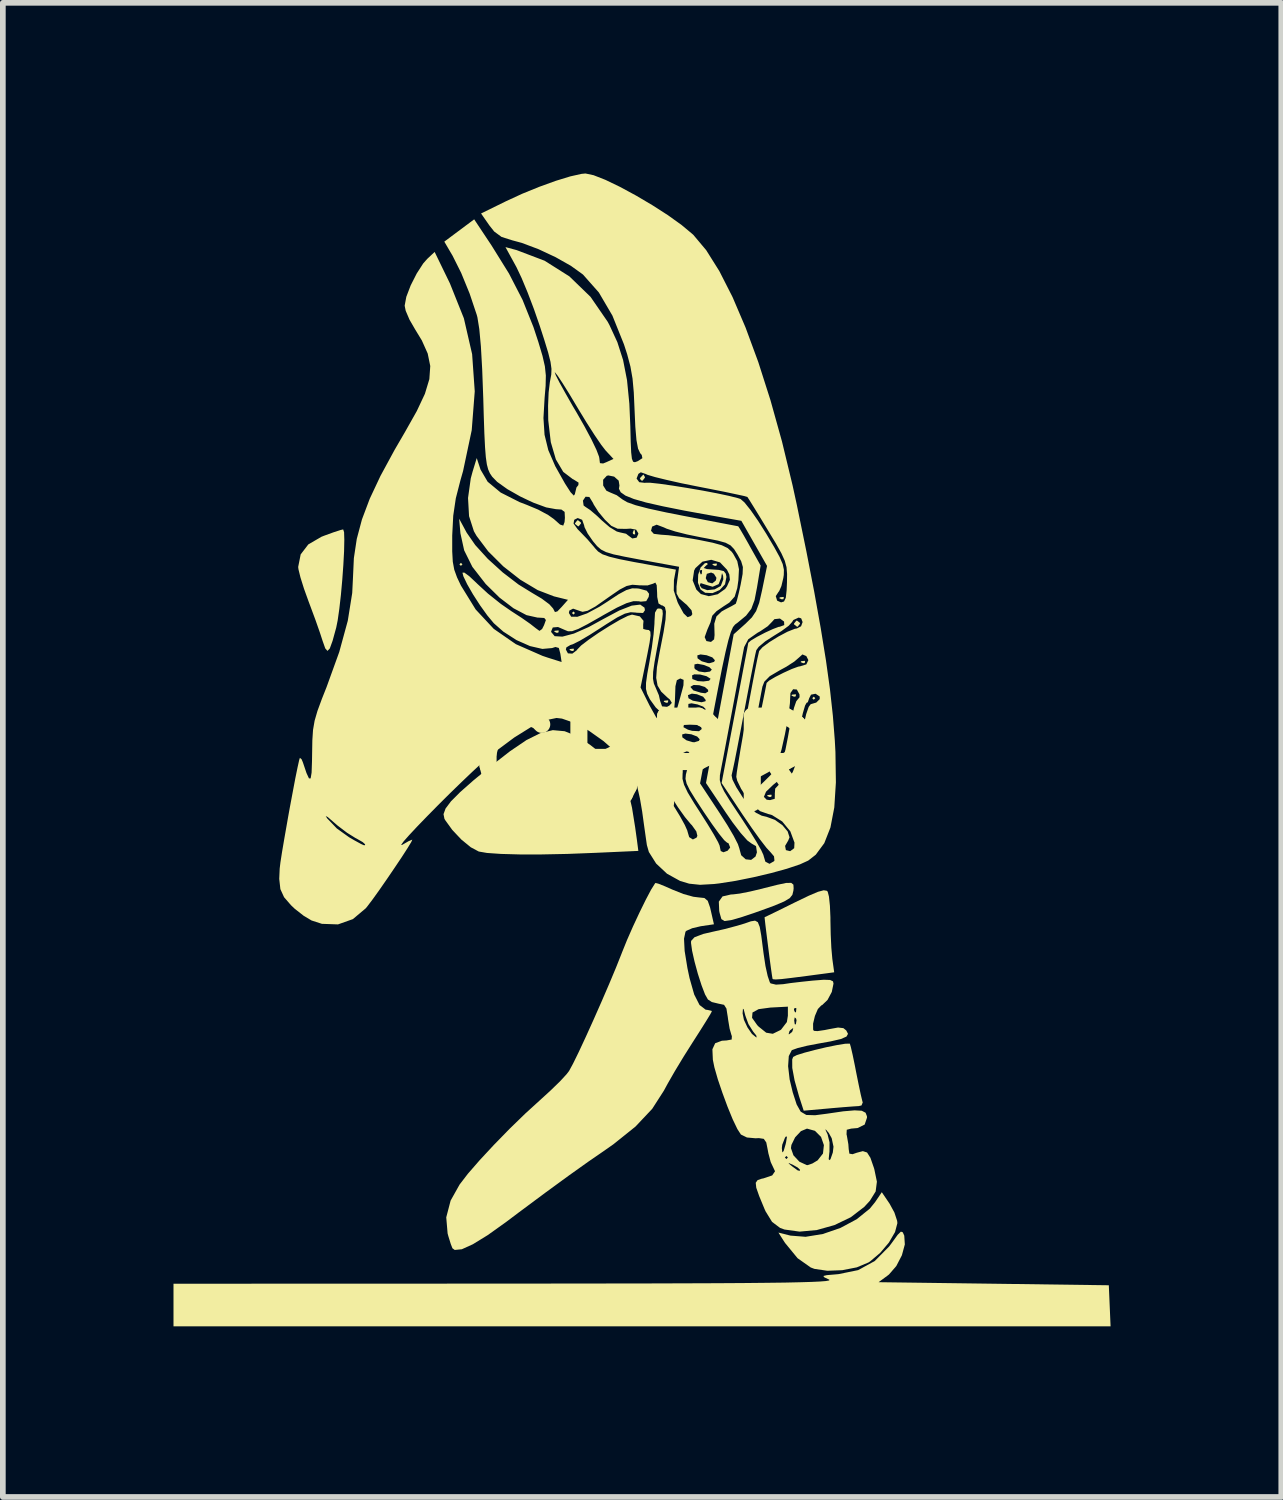
<source format=kicad_pcb>
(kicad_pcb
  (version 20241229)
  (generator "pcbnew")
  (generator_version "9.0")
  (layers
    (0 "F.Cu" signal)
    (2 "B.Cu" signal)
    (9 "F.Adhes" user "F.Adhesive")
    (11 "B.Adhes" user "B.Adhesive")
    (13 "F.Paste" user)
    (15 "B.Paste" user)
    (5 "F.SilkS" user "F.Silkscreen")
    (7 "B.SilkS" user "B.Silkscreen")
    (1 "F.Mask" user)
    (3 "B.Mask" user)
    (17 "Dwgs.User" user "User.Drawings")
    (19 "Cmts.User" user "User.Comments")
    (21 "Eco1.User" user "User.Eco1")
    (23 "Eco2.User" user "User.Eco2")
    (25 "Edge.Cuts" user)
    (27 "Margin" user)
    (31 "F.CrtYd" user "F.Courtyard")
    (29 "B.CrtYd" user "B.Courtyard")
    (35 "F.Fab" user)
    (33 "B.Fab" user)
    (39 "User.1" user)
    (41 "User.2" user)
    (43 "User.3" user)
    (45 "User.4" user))
  (footprint "CBPR"
    (layer "F.Cu")
    (at 8.288 10.374)
    (property "Reference" "CBPR" (at 0 0 0) (layer "F.SilkS") (effects (font (size 1.524 1.524) (thickness 0.3))))
    (attr board_only exclude_from_pos_files exclude_from_bom)
    (fp_poly (pts (xy -3.208 -3.503) (xy -3.235 -3.476) (xy -3.262 -3.503) (xy -3.235 -3.529)) (stroke (width 0) (type solid)) (fill yes) (layer "F.SilkS"))
    (fp_poly (pts (xy -1.23 -2.647) (xy -1.257 -2.62) (xy -1.283 -2.647) (xy -1.257 -2.674)) (stroke (width 0) (type solid)) (fill yes) (layer "F.SilkS"))
    (fp_poly (pts (xy 2.995 -1.15) (xy 2.968 -1.123) (xy 2.941 -1.15) (xy 2.968 -1.176)) (stroke (width 0) (type solid)) (fill yes) (layer "F.SilkS"))
    (fp_poly (pts (xy -1.515 -2.335) (xy -1.522 -2.303) (xy -1.551 -2.299) (xy -1.595 -2.319) (xy -1.586 -2.335) (xy -1.523 -2.341)) (stroke (width 0) (type solid)) (fill yes) (layer "F.SilkS"))
    (fp_poly (pts (xy -1.248 -2.014) (xy -1.255 -1.982) (xy -1.283 -1.979) (xy -1.327 -1.998) (xy -1.319 -2.014) (xy -1.256 -2.021)) (stroke (width 0) (type solid)) (fill yes) (layer "F.SilkS"))
    (fp_poly (pts (xy -0.178 -4.1) (xy -0.172 -4.036) (xy -0.178 -4.028) (xy -0.21 -4.036) (xy -0.214 -4.064) (xy -0.194 -4.108)) (stroke (width 0) (type solid)) (fill yes) (layer "F.SilkS"))
    (fp_poly (pts (xy 0.303 -0.838) (xy 0.309 -0.774) (xy 0.303 -0.766) (xy 0.271 -0.774) (xy 0.267 -0.802) (xy 0.287 -0.846)) (stroke (width 0) (type solid)) (fill yes) (layer "F.SilkS"))
    (fp_poly (pts (xy 0.41 -1.105) (xy 0.403 -1.073) (xy 0.374 -1.069) (xy 0.33 -1.089) (xy 0.339 -1.105) (xy 0.402 -1.112)) (stroke (width 0) (type solid)) (fill yes) (layer "F.SilkS"))
    (fp_poly (pts (xy 0.731 -0.143) (xy 0.737 -0.079) (xy 0.731 -0.071) (xy 0.699 -0.079) (xy 0.695 -0.107) (xy 0.715 -0.151)) (stroke (width 0) (type solid)) (fill yes) (layer "F.SilkS"))
    (fp_poly (pts (xy 1.266 -3.511) (xy 1.258 -3.48) (xy 1.23 -3.476) (xy 1.186 -3.495) (xy 1.194 -3.511) (xy 1.258 -3.518)) (stroke (width 0) (type solid)) (fill yes) (layer "F.SilkS"))
    (fp_poly (pts (xy 2.228 0.553) (xy 2.221 0.584) (xy 2.192 0.588) (xy 2.148 0.569) (xy 2.157 0.553) (xy 2.22 0.546)) (stroke (width 0) (type solid)) (fill yes) (layer "F.SilkS"))
    (fp_poly (pts (xy 2.442 -2.923) (xy 2.435 -2.891) (xy 2.406 -2.888) (xy 2.362 -2.907) (xy 2.371 -2.923) (xy 2.434 -2.93)) (stroke (width 0) (type solid)) (fill yes) (layer "F.SilkS"))
    (fp_poly (pts (xy 2.656 -1.212) (xy 2.649 -1.18) (xy 2.62 -1.176) (xy 2.576 -1.196) (xy 2.585 -1.212) (xy 2.648 -1.218)) (stroke (width 0) (type solid)) (fill yes) (layer "F.SilkS"))
    (fp_poly (pts (xy 2.816 -1.8) (xy 2.809 -1.768) (xy 2.781 -1.765) (xy 2.737 -1.784) (xy 2.745 -1.8) (xy 2.808 -1.807)) (stroke (width 0) (type solid)) (fill yes) (layer "F.SilkS"))
    (fp_poly (pts (xy -1.125 -4.237) (xy -1.123 -4.224) (xy -1.164 -4.173) (xy -1.176 -4.171) (xy -1.228 -4.212) (xy -1.23 -4.224) (xy -1.189 -4.276) (xy -1.176 -4.278)) (stroke (width 0) (type solid)) (fill yes) (layer "F.SilkS"))
    (fp_poly (pts (xy -0.001 -5.039) (xy 0 -5.027) (xy -0.041 -4.975) (xy -0.057 -4.973) (xy -0.089 -5.006) (xy -0.08 -5.027) (xy -0.032 -5.078) (xy -0.024 -5.08)) (stroke (width 0) (type solid)) (fill yes) (layer "F.SilkS"))
    (fp_poly (pts (xy 1.907 -0.128) (xy 1.898 -0.107) (xy 1.85 -0.056) (xy 1.842 -0.053) (xy 1.819 -0.095) (xy 1.818 -0.107) (xy 1.859 -0.158) (xy 1.875 -0.16)) (stroke (width 0) (type solid)) (fill yes) (layer "F.SilkS"))
    (fp_poly (pts (xy 1.977 0.362) (xy 1.979 0.374) (xy 1.938 0.426) (xy 1.925 0.428) (xy 1.873 0.387) (xy 1.872 0.374) (xy 1.912 0.322) (xy 1.925 0.321)) (stroke (width 0) (type solid)) (fill yes) (layer "F.SilkS"))
    (fp_poly (pts (xy 2.726 -2.473) (xy 2.727 -2.46) (xy 2.686 -2.408) (xy 2.674 -2.406) (xy 2.622 -2.447) (xy 2.62 -2.46) (xy 2.661 -2.512) (xy 2.674 -2.513)) (stroke (width 0) (type solid)) (fill yes) (layer "F.SilkS"))
    (fp_poly (pts (xy 4.301 7.737) (xy 4.386 7.893) (xy 4.434 8.039) (xy 4.438 8.079) (xy 4.397 8.235) (xy 4.29 8.419) (xy 4.137 8.6) (xy 3.963 8.748) (xy 3.932 8.769) (xy 3.725 8.856) (xy 3.469 8.906) (xy 3.206 8.916) (xy 2.98 8.883) (xy 2.914 8.858) (xy 2.683 8.695) (xy 2.464 8.428) (xy 2.437 8.387) (xy 2.347 8.245) (xy 2.558 8.298) (xy 2.824 8.319) (xy 3.127 8.27) (xy 3.437 8.163) (xy 3.723 8.01) (xy 3.953 7.824) (xy 4.045 7.711) (xy 4.164 7.535)) (stroke (width 0) (type solid)) (fill yes) (layer "F.SilkS"))
    (fp_poly (pts (xy 2.61 2.128) (xy 2.614 2.193) (xy 2.61 2.233) (xy 2.592 2.307) (xy 2.545 2.366) (xy 2.447 2.424) (xy 2.28 2.495) (xy 2.139 2.547) (xy 1.913 2.628) (xy 1.705 2.697) (xy 1.55 2.743) (xy 1.514 2.752) (xy 1.4 2.768) (xy 1.344 2.734) (xy 1.313 2.625) (xy 1.306 2.591) (xy 1.299 2.427) (xy 1.364 2.335) (xy 1.512 2.301) (xy 1.551 2.299) (xy 1.667 2.285) (xy 1.849 2.249) (xy 2.06 2.199) (xy 2.085 2.192) (xy 2.327 2.131) (xy 2.484 2.098) (xy 2.572 2.097)) (stroke (width 0) (type solid)) (fill yes) (layer "F.SilkS"))
    (fp_poly (pts (xy 3.603 4.926) (xy 3.62 4.984) (xy 3.652 5.122) (xy 3.692 5.316) (xy 3.712 5.42) (xy 3.756 5.638) (xy 3.794 5.818) (xy 3.822 5.934) (xy 3.829 5.957) (xy 3.807 6.01) (xy 3.758 6.021) (xy 3.662 6.027) (xy 3.492 6.04) (xy 3.281 6.058) (xy 3.227 6.063) (xy 2.791 6.102) (xy 2.708 5.845) (xy 2.631 5.571) (xy 2.59 5.351) (xy 2.589 5.201) (xy 2.606 5.157) (xy 2.669 5.125) (xy 2.806 5.082) (xy 2.988 5.034) (xy 3.186 4.987) (xy 3.373 4.949) (xy 3.52 4.925) (xy 3.598 4.923)) (stroke (width 0) (type solid)) (fill yes) (layer "F.SilkS"))
    (fp_poly (pts (xy -5.289 -4.068) (xy -5.285 -3.933) (xy -5.289 -3.734) (xy -5.302 -3.492) (xy -5.321 -3.228) (xy -5.345 -2.964) (xy -5.373 -2.719) (xy -5.402 -2.516) (xy -5.427 -2.392) (xy -5.491 -2.159) (xy -5.54 -2.024) (xy -5.581 -1.981) (xy -5.62 -2.025) (xy -5.663 -2.147) (xy -5.664 -2.149) (xy -5.715 -2.305) (xy -5.791 -2.522) (xy -5.88 -2.762) (xy -5.914 -2.853) (xy -5.994 -3.075) (xy -6.056 -3.273) (xy -6.091 -3.416) (xy -6.096 -3.457) (xy -6.052 -3.678) (xy -5.918 -3.853) (xy -5.688 -3.987) (xy -5.64 -4.006) (xy -5.475 -4.066) (xy -5.352 -4.106) (xy -5.305 -4.117)) (stroke (width 0) (type solid)) (fill yes) (layer "F.SilkS"))
    (fp_poly (pts (xy 3.198 2.236) (xy 3.213 2.252) (xy 3.235 2.338) (xy 3.252 2.5) (xy 3.261 2.706) (xy 3.261 2.76) (xy 3.266 3.003) (xy 3.277 3.238) (xy 3.293 3.418) (xy 3.294 3.431) (xy 3.327 3.669) (xy 2.847 3.733) (xy 2.581 3.767) (xy 2.404 3.788) (xy 2.3 3.795) (xy 2.252 3.791) (xy 2.243 3.783) (xy 2.232 3.715) (xy 2.212 3.574) (xy 2.187 3.387) (xy 2.161 3.181) (xy 2.136 2.983) (xy 2.116 2.82) (xy 2.105 2.72) (xy 2.104 2.7) (xy 2.152 2.678) (xy 2.276 2.618) (xy 2.457 2.529) (xy 2.639 2.439) (xy 2.88 2.323) (xy 3.042 2.254) (xy 3.143 2.227)) (stroke (width 0) (type solid)) (fill yes) (layer "F.SilkS"))
    (fp_poly (pts (xy -1.411 -0.569) (xy -1.198 -0.483) (xy -0.964 -0.33) (xy -0.733 -0.146) (xy -0.576 -0.004) (xy -0.455 0.141) (xy -0.361 0.307) (xy -0.288 0.513) (xy -0.227 0.777) (xy -0.172 1.12) (xy -0.141 1.342) (xy -0.116 1.535) (xy -0.874 1.569) (xy -1.364 1.588) (xy -1.812 1.597) (xy -2.206 1.597) (xy -2.531 1.588) (xy -2.776 1.571) (xy -2.921 1.546) (xy -3.062 1.471) (xy -3.228 1.335) (xy -3.388 1.165) (xy -3.512 0.993) (xy -3.525 0.97) (xy -3.541 0.889) (xy -3.505 0.79) (xy -3.409 0.662) (xy -3.246 0.499) (xy -3.01 0.291) (xy -2.718 0.052) (xy -2.371 -0.218) (xy -2.082 -0.414) (xy -1.837 -0.536) (xy -1.619 -0.588)) (stroke (width 0) (type solid)) (fill yes) (layer "F.SilkS"))
    (fp_poly (pts (xy 4.533 8.24) (xy 4.559 8.299) (xy 4.569 8.453) (xy 4.517 8.644) (xy 4.419 8.833) (xy 4.29 8.982) (xy 4.268 8.999) (xy 4.108 9.117) (xy 8.155 9.171) (xy 8.186 9.893) (xy -8.288 9.893) (xy -8.288 9.144) (xy -2.446 9.142) (xy -1.513 9.141) (xy -0.681 9.14) (xy 0.054 9.139) (xy 0.697 9.137) (xy 1.255 9.135) (xy 1.731 9.132) (xy 2.132 9.128) (xy 2.461 9.124) (xy 2.726 9.118) (xy 2.93 9.112) (xy 3.079 9.105) (xy 3.178 9.097) (xy 3.232 9.088) (xy 3.246 9.078) (xy 3.235 9.07) (xy 3.153 9.031) (xy 3.136 9.008) (xy 3.197 8.993) (xy 3.35 8.98) (xy 3.404 8.975) (xy 3.747 8.905) (xy 4.04 8.745) (xy 4.294 8.488) (xy 4.346 8.418) (xy 4.443 8.284) (xy 4.5 8.228)) (stroke (width 0) (type solid)) (fill yes) (layer "F.SilkS"))
    (fp_poly (pts (xy 1.107 -3.508) (xy 1.069 -3.476) (xy 1.033 -3.438) (xy 1.088 -3.42) (xy 1.136 -3.416) (xy 1.3 -3.405) (xy 1.386 -3.384) (xy 1.421 -3.339) (xy 1.433 -3.282) (xy 1.408 -3.152) (xy 1.315 -3.052) (xy 1.188 -2.997) (xy 1.059 -3.003) (xy 0.977 -3.061) (xy 0.95 -3.134) (xy 0.963 -3.134) (xy 0.998 -3.084) (xy 1.096 -3.049) (xy 1.226 -3.063) (xy 1.329 -3.12) (xy 1.335 -3.126) (xy 1.378 -3.24) (xy 1.374 -3.299) (xy 1.355 -3.35) (xy 1.345 -3.3) (xy 1.343 -3.274) (xy 1.296 -3.155) (xy 1.19 -3.109) (xy 1.062 -3.147) (xy 0.98 -3.173) (xy 0.963 -3.134) (xy 0.95 -3.134) (xy 0.932 -3.18) (xy 0.934 -3.26) (xy 1.069 -3.26) (xy 1.106 -3.189) (xy 1.184 -3.168) (xy 1.247 -3.22) (xy 1.257 -3.266) (xy 1.212 -3.338) (xy 1.163 -3.359) (xy 1.088 -3.336) (xy 1.069 -3.26) (xy 0.934 -3.26) (xy 0.936 -3.321) (xy 0.952 -3.369) (xy 0.963 -3.369) (xy 0.982 -3.325) (xy 0.998 -3.333) (xy 1.005 -3.397) (xy 0.998 -3.404) (xy 0.966 -3.397) (xy 0.963 -3.369) (xy 0.952 -3.369) (xy 0.979 -3.448) (xy 1.053 -3.522) (xy 1.086 -3.528)) (stroke (width 0) (type solid)) (fill yes) (layer "F.SilkS"))
    (fp_poly (pts (xy 0.236 2.111) (xy 0.356 2.159) (xy 0.487 2.217) (xy 0.675 2.292) (xy 0.851 2.341) (xy 0.94 2.352) (xy 1.045 2.363) (xy 1.104 2.412) (xy 1.145 2.529) (xy 1.159 2.589) (xy 1.213 2.825) (xy 0.982 2.859) (xy 0.832 2.894) (xy 0.73 2.939) (xy 0.713 2.955) (xy 0.687 3.078) (xy 0.698 3.293) (xy 0.747 3.595) (xy 0.784 3.77) (xy 0.866 4.059) (xy 0.96 4.244) (xy 1.067 4.326) (xy 1.104 4.331) (xy 1.17 4.346) (xy 1.176 4.356) (xy 1.149 4.407) (xy 1.074 4.53) (xy 0.964 4.705) (xy 0.836 4.905) (xy 0.68 5.152) (xy 0.527 5.405) (xy 0.399 5.628) (xy 0.333 5.75) (xy 0.128 6.069) (xy -0.165 6.38) (xy -0.555 6.693) (xy -0.695 6.791) (xy -0.998 7) (xy -1.346 7.248) (xy -1.75 7.543) (xy -2.222 7.894) (xy -2.437 8.056) (xy -2.763 8.289) (xy -3.025 8.45) (xy -3.219 8.538) (xy -3.344 8.55) (xy -3.384 8.521) (xy -3.414 8.444) (xy -3.456 8.308) (xy -3.469 8.26) (xy -3.493 7.977) (xy -3.416 7.682) (xy -3.258 7.4) (xy -3.113 7.211) (xy -2.905 6.972) (xy -2.655 6.703) (xy -2.381 6.422) (xy -2.101 6.15) (xy -1.845 5.917) (xy -1.658 5.746) (xy -1.494 5.587) (xy -1.377 5.46) (xy -1.334 5.404) (xy -1.264 5.275) (xy -1.163 5.069) (xy -1.04 4.805) (xy -0.904 4.504) (xy -0.764 4.187) (xy -0.629 3.874) (xy -0.509 3.587) (xy -0.413 3.346) (xy -0.401 3.315) (xy -0.315 3.102) (xy -0.209 2.861) (xy -0.095 2.617) (xy 0.014 2.395) (xy 0.108 2.217) (xy 0.175 2.11) (xy 0.185 2.098)) (stroke (width 0) (type solid)) (fill yes) (layer "F.SilkS"))
    (fp_poly (pts (xy 1.985 2.788) (xy 2.018 2.871) (xy 2.045 3.024) (xy 2.076 3.264) (xy 2.086 3.341) (xy 2.119 3.559) (xy 2.158 3.735) (xy 2.195 3.844) (xy 2.209 3.864) (xy 2.304 3.886) (xy 2.429 3.878) (xy 2.563 3.858) (xy 2.76 3.835) (xy 2.95 3.815) (xy 3.145 3.8) (xy 3.256 3.804) (xy 3.306 3.828) (xy 3.315 3.867) (xy 3.285 4.014) (xy 3.21 4.155) (xy 3.117 4.244) (xy 3.1 4.252) (xy 3.04 4.315) (xy 2.988 4.437) (xy 2.956 4.572) (xy 2.957 4.677) (xy 2.97 4.698) (xy 3.032 4.703) (xy 3.161 4.684) (xy 3.235 4.669) (xy 3.395 4.64) (xy 3.489 4.651) (xy 3.539 4.691) (xy 3.57 4.751) (xy 3.543 4.799) (xy 3.445 4.842) (xy 3.263 4.884) (xy 3.055 4.921) (xy 2.851 4.96) (xy 2.685 5.001) (xy 2.587 5.036) (xy 2.58 5.041) (xy 2.529 5.142) (xy 2.517 5.32) (xy 2.544 5.553) (xy 2.598 5.779) (xy 2.667 5.992) (xy 2.738 6.119) (xy 2.837 6.177) (xy 2.991 6.182) (xy 3.199 6.155) (xy 3.487 6.113) (xy 3.686 6.096) (xy 3.812 6.103) (xy 3.879 6.138) (xy 3.903 6.2) (xy 3.904 6.224) (xy 3.863 6.346) (xy 3.739 6.407) (xy 3.626 6.417) (xy 3.548 6.437) (xy 3.544 6.518) (xy 3.549 6.537) (xy 3.576 6.691) (xy 3.582 6.776) (xy 3.594 6.857) (xy 3.65 6.867) (xy 3.725 6.841) (xy 3.831 6.813) (xy 3.905 6.837) (xy 3.964 6.93) (xy 4.026 7.109) (xy 4.033 7.133) (xy 4.078 7.35) (xy 4.056 7.522) (xy 3.955 7.685) (xy 3.856 7.793) (xy 3.619 7.975) (xy 3.332 8.113) (xy 3.022 8.2) (xy 2.719 8.228) (xy 2.453 8.191) (xy 2.376 8.163) (xy 2.235 8.057) (xy 2.12 7.87) (xy 2.101 7.827) (xy 2.008 7.602) (xy 1.957 7.456) (xy 1.948 7.369) (xy 1.98 7.323) (xy 2.052 7.298) (xy 2.083 7.292) (xy 2.237 7.24) (xy 2.287 7.167) (xy 2.253 7.094) (xy 2.218 7.02) (xy 2.525 7.02) (xy 2.534 7.036) (xy 2.59 7.082) (xy 2.686 7.152) (xy 2.723 7.159) (xy 2.727 7.141) (xy 2.685 7.101) (xy 2.607 7.057) (xy 2.525 7.02) (xy 2.218 7.02) (xy 2.21 7.001) (xy 2.19 6.925) (xy 2.46 6.925) (xy 2.487 6.952) (xy 2.513 6.925) (xy 2.487 6.898) (xy 2.46 6.925) (xy 2.19 6.925) (xy 2.17 6.851) (xy 2.161 6.801) (xy 2.153 6.76) (xy 2.407 6.76) (xy 2.415 6.836) (xy 2.438 6.812) (xy 2.453 6.761) (xy 2.567 6.761) (xy 2.611 6.887) (xy 2.716 6.999) (xy 2.841 7.057) (xy 2.861 7.059) (xy 2.944 7.03) (xy 3.036 6.975) (xy 3.13 6.855) (xy 3.146 6.707) (xy 3.096 6.563) (xy 2.989 6.456) (xy 2.885 6.427) (xy 3.176 6.427) (xy 3.177 6.445) (xy 3.211 6.518) (xy 3.245 6.658) (xy 3.244 6.827) (xy 3.242 6.839) (xy 3.23 6.955) (xy 3.247 6.972) (xy 3.263 6.952) (xy 3.303 6.837) (xy 3.315 6.735) (xy 3.283 6.585) (xy 3.232 6.494) (xy 3.176 6.427) (xy 2.885 6.427) (xy 2.849 6.417) (xy 2.742 6.462) (xy 2.64 6.571) (xy 2.575 6.704) (xy 2.567 6.761) (xy 2.453 6.761) (xy 2.473 6.692) (xy 2.481 6.657) (xy 2.497 6.559) (xy 2.478 6.556) (xy 2.462 6.577) (xy 2.414 6.7) (xy 2.407 6.76) (xy 2.153 6.76) (xy 2.133 6.66) (xy 2.089 6.597) (xy 2.003 6.584) (xy 1.944 6.587) (xy 1.793 6.573) (xy 1.687 6.521) (xy 1.625 6.425) (xy 1.543 6.254) (xy 1.452 6.032) (xy 1.362 5.788) (xy 1.281 5.549) (xy 1.221 5.34) (xy 1.194 5.207) (xy 1.186 5.022) (xy 1.235 4.916) (xy 1.353 4.872) (xy 1.436 4.867) (xy 1.525 4.851) (xy 1.528 4.79) (xy 1.521 4.773) (xy 1.489 4.661) (xy 1.462 4.499) (xy 1.456 4.452) (xy 1.446 4.391) (xy 1.717 4.391) (xy 1.74 4.504) (xy 1.802 4.637) (xy 1.881 4.752) (xy 1.953 4.811) (xy 1.964 4.813) (xy 1.957 4.779) (xy 1.938 4.756) (xy 2.526 4.756) (xy 2.534 4.759) (xy 2.582 4.722) (xy 2.593 4.706) (xy 2.607 4.656) (xy 2.6 4.652) (xy 2.551 4.69) (xy 2.54 4.706) (xy 2.526 4.756) (xy 1.938 4.756) (xy 1.9 4.708) (xy 1.82 4.58) (xy 1.779 4.469) (xy 1.883 4.469) (xy 1.974 4.598) (xy 1.999 4.624) (xy 2.132 4.731) (xy 2.248 4.75) (xy 2.383 4.684) (xy 2.394 4.676) (xy 2.495 4.544) (xy 2.5 4.514) (xy 2.624 4.514) (xy 2.634 4.583) (xy 2.653 4.584) (xy 2.665 4.513) (xy 2.657 4.482) (xy 2.633 4.462) (xy 2.624 4.514) (xy 2.5 4.514) (xy 2.513 4.433) (xy 2.513 4.331) (xy 2.62 4.331) (xy 2.64 4.375) (xy 2.656 4.367) (xy 2.662 4.304) (xy 2.656 4.296) (xy 2.624 4.303) (xy 2.62 4.331) (xy 2.513 4.331) (xy 2.513 4.273) (xy 2.206 4.289) (xy 1.998 4.317) (xy 1.891 4.376) (xy 1.883 4.469) (xy 1.779 4.469) (xy 1.764 4.427) (xy 1.736 4.319) (xy 1.723 4.31) (xy 1.717 4.391) (xy 1.446 4.391) (xy 1.433 4.307) (xy 1.391 4.241) (xy 1.312 4.224) (xy 1.309 4.224) (xy 1.176 4.192) (xy 1.107 4.147) (xy 1.057 4.059) (xy 0.995 3.897) (xy 0.93 3.694) (xy 0.872 3.481) (xy 0.829 3.29) (xy 0.81 3.152) (xy 0.812 3.117) (xy 0.871 3.053) (xy 1.024 2.995) (xy 1.175 2.96) (xy 1.401 2.909) (xy 1.623 2.85) (xy 1.753 2.811) (xy 1.862 2.773) (xy 1.936 2.761)) (stroke (width 0) (type solid)) (fill yes) (layer "F.SilkS"))
    (fp_poly (pts (xy -0.903 -10.344) (xy -0.694 -10.262) (xy -0.439 -10.139) (xy -0.158 -9.987) (xy 0.13 -9.817) (xy 0.404 -9.641) (xy 0.645 -9.468) (xy 0.832 -9.312) (xy 0.851 -9.295) (xy 1.077 -9.026) (xy 1.308 -8.658) (xy 1.54 -8.202) (xy 1.769 -7.666) (xy 1.993 -7.058) (xy 2.207 -6.388) (xy 2.409 -5.664) (xy 2.595 -4.894) (xy 2.671 -4.545) (xy 2.837 -3.737) (xy 2.976 -3.021) (xy 3.09 -2.384) (xy 3.182 -1.816) (xy 3.253 -1.305) (xy 3.304 -0.84) (xy 3.338 -0.408) (xy 3.349 -0.203) (xy 3.357 0.331) (xy 3.329 0.771) (xy 3.261 1.124) (xy 3.153 1.399) (xy 3.003 1.602) (xy 2.871 1.705) (xy 2.724 1.772) (xy 2.497 1.848) (xy 2.217 1.925) (xy 1.908 1.998) (xy 1.596 2.061) (xy 1.309 2.106) (xy 1.215 2.117) (xy 0.969 2.131) (xy 0.778 2.111) (xy 0.618 2.063) (xy 0.388 1.936) (xy 0.197 1.757) (xy 0.069 1.554) (xy 0.034 1.432) (xy 0.014 1.292) (xy -0.015 1.088) (xy -0.046 0.863) (xy -0.048 0.847) (xy -0.088 0.613) (xy -0.139 0.388) (xy -0.148 0.36) (xy 0.259 0.36) (xy 0.504 0.742) (xy 0.616 0.925) (xy 0.701 1.079) (xy 0.745 1.178) (xy 0.749 1.195) (xy 0.778 1.293) (xy 0.843 1.334) (xy 0.907 1.302) (xy 0.922 1.27) (xy 0.903 1.192) (xy 0.826 1.084) (xy 0.806 1.064) (xy 0.703 0.94) (xy 0.579 0.766) (xy 0.494 0.632) (xy 0.319 0.34) (xy 0.403 -0.099) (xy 0.614 -0.099) (xy 0.635 -0.031) (xy 0.64 -0.027) (xy 0.666 0.04) (xy 0.664 0.165) (xy 0.662 0.175) (xy 0.66 0.267) (xy 0.687 0.371) (xy 0.752 0.508) (xy 0.866 0.697) (xy 0.966 0.852) (xy 1.1 1.063) (xy 1.211 1.246) (xy 1.286 1.381) (xy 1.312 1.44) (xy 1.329 1.521) (xy 1.333 1.537) (xy 1.38 1.559) (xy 1.453 1.532) (xy 1.497 1.478) (xy 1.497 1.471) (xy 1.468 1.399) (xy 1.444 1.39) (xy 1.395 1.348) (xy 1.302 1.233) (xy 1.179 1.063) (xy 1.037 0.855) (xy 1.035 0.852) (xy 0.886 0.624) (xy 0.788 0.465) (xy 0.733 0.353) (xy 0.713 0.268) (xy 0.72 0.191) (xy 0.741 0.111) (xy 0.789 -0.069) (xy 0.796 -0.169) (xy 0.762 -0.21) (xy 0.728 -0.214) (xy 0.652 -0.177) (xy 0.614 -0.099) (xy 0.403 -0.099) (xy 0.403 -0.102) (xy 0.44 -0.311) (xy 0.463 -0.482) (xy 0.465 -0.512) (xy 0.654 -0.512) (xy 0.658 -0.461) (xy 0.731 -0.409) (xy 0.838 -0.377) (xy 0.869 -0.375) (xy 0.948 -0.399) (xy 0.963 -0.427) (xy 0.918 -0.476) (xy 0.816 -0.515) (xy 0.71 -0.528) (xy 0.654 -0.512) (xy 0.465 -0.512) (xy 0.47 -0.585) (xy 0.469 -0.6) (xy 0.452 -0.575) (xy 0.421 -0.465) (xy 0.382 -0.289) (xy 0.354 -0.148) (xy 0.259 0.36) (xy -0.148 0.36) (xy -0.19 0.221) (xy -0.192 0.218) (xy -0.309 0.019) (xy -0.496 -0.192) (xy -0.729 -0.396) (xy -0.983 -0.576) (xy -1.1 -0.64) (xy 0.677 -0.64) (xy 0.757 -0.596) (xy 0.829 -0.576) (xy 0.951 -0.569) (xy 0.999 -0.608) (xy 0.987 -0.645) (xy 0.917 -0.68) (xy 0.791 -0.695) (xy 0.788 -0.695) (xy 0.685 -0.679) (xy 0.677 -0.64) (xy -1.1 -0.64) (xy -1.234 -0.713) (xy -1.459 -0.791) (xy -1.554 -0.802) (xy -1.746 -0.762) (xy -1.998 -0.645) (xy -2.298 -0.458) (xy -2.638 -0.205) (xy -2.724 -0.135) (xy -2.859 -0.018) (xy -3.029 0.139) (xy -3.222 0.323) (xy -3.428 0.523) (xy -3.634 0.728) (xy -3.83 0.927) (xy -4.005 1.108) (xy -4.147 1.26) (xy -4.245 1.371) (xy -4.287 1.431) (xy -4.266 1.428) (xy -4.157 1.365) (xy -4.091 1.337) (xy -4.09 1.337) (xy -4.107 1.377) (xy -4.173 1.486) (xy -4.275 1.644) (xy -4.401 1.832) (xy -4.537 2.032) (xy -4.671 2.225) (xy -4.79 2.391) (xy -4.881 2.511) (xy -4.906 2.542) (xy -5.134 2.734) (xy -5.396 2.827) (xy -5.679 2.817) (xy -5.861 2.758) (xy -6 2.675) (xy -6.158 2.551) (xy -6.222 2.49) (xy -6.344 2.349) (xy -6.409 2.207) (xy -6.429 2.027) (xy -6.421 1.845) (xy -6.408 1.737) (xy -6.38 1.556) (xy -6.34 1.321) (xy -6.293 1.053) (xy -6.27 0.922) (xy -5.612 0.922) (xy -5.587 0.962) (xy -5.417 1.14) (xy -5.201 1.295) (xy -5.11 1.348) (xy -4.989 1.414) (xy -4.935 1.438) (xy -4.92 1.429) (xy -4.92 1.418) (xy -4.962 1.38) (xy -5.068 1.319) (xy -5.093 1.306) (xy -5.237 1.216) (xy -5.404 1.089) (xy -5.48 1.023) (xy -5.576 0.94) (xy -5.612 0.922) (xy -6.27 0.922) (xy -6.243 0.773) (xy -6.192 0.501) (xy -6.146 0.257) (xy -6.106 0.062) (xy -6.078 -0.064) (xy -6.066 -0.101) (xy -6.036 -0.076) (xy -6.013 -0.021) (xy -5.95 0.166) (xy -5.906 0.261) (xy -5.877 0.26) (xy -5.86 0.159) (xy -5.853 -0.044) (xy -5.851 -0.173) (xy -5.847 -0.41) (xy -5.835 -0.592) (xy -5.807 -0.754) (xy -5.757 -0.926) (xy -5.678 -1.141) (xy -5.597 -1.345) (xy -5.374 -1.962) (xy -5.224 -2.511) (xy -5.146 -2.999) (xy -5.133 -3.262) (xy -5.117 -3.612) (xy -5.066 -3.95) (xy -4.975 -4.292) (xy -4.838 -4.656) (xy -4.649 -5.058) (xy -4.401 -5.515) (xy -4.219 -5.828) (xy -4.011 -6.197) (xy -3.868 -6.501) (xy -3.79 -6.759) (xy -3.774 -6.989) (xy -3.819 -7.209) (xy -3.922 -7.439) (xy -4.04 -7.633) (xy -4.139 -7.804) (xy -4.206 -7.961) (xy -4.224 -8.05) (xy -4.195 -8.206) (xy -4.118 -8.407) (xy -4.012 -8.616) (xy -3.897 -8.794) (xy -3.828 -8.872) (xy -3.697 -8.995) (xy -3.428 -8.441) (xy -3.183 -7.828) (xy -3.038 -7.198) (xy -2.992 -6.544) (xy -3.045 -5.862) (xy -3.197 -5.144) (xy -3.244 -4.979) (xy -3.325 -4.663) (xy -3.37 -4.359) (xy -3.388 -4.011) (xy -3.388 -3.984) (xy -3.388 -3.73) (xy -3.378 -3.549) (xy -3.352 -3.408) (xy -3.303 -3.273) (xy -3.235 -3.13) (xy -2.976 -2.71) (xy -2.658 -2.369) (xy -2.27 -2.1) (xy -1.801 -1.894) (xy -1.709 -1.863) (xy -1.465 -1.786) (xy -1.487 -1.932) (xy -1.514 -2.033) (xy -1.573 -2.05) (xy -1.633 -2.031) (xy -1.803 -2.016) (xy -2.021 -2.066) (xy -2.258 -2.171) (xy -2.488 -2.319) (xy -2.494 -2.324) (xy -1.649 -2.324) (xy -1.648 -2.313) (xy -1.587 -2.24) (xy -1.451 -2.232) (xy -1.248 -2.286) (xy -0.986 -2.402) (xy -0.74 -2.537) (xy -0.452 -2.691) (xy -0.232 -2.777) (xy -0.083 -2.795) (xy -0.008 -2.742) (xy 0 -2.696) (xy -0.033 -2.648) (xy -0.144 -2.652) (xy -0.162 -2.655) (xy -0.252 -2.661) (xy -0.353 -2.636) (xy -0.488 -2.569) (xy -0.676 -2.452) (xy -0.776 -2.387) (xy -0.975 -2.26) (xy -1.146 -2.159) (xy -1.268 -2.098) (xy -1.31 -2.085) (xy -1.381 -2.043) (xy -1.39 -2.005) (xy -1.354 -1.938) (xy -1.276 -1.933) (xy -1.199 -1.992) (xy -1.191 -2.004) (xy -1.122 -2.076) (xy -0.986 -2.18) (xy -0.811 -2.301) (xy -0.621 -2.421) (xy -0.442 -2.526) (xy -0.3 -2.597) (xy -0.227 -2.619) (xy -0.09 -2.588) (xy -0.025 -2.51) (xy -0.031 -2.442) (xy -0.03 -2.367) (xy 0.021 -2.353) (xy 0.069 -2.348) (xy 0.095 -2.321) (xy 0.099 -2.254) (xy 0.082 -2.128) (xy 0.043 -1.925) (xy 0.015 -1.786) (xy -0.077 -1.339) (xy 0.082 -1.02) (xy 0.196 -0.816) (xy 0.289 -0.713) (xy 0.364 -0.707) (xy 0.4 -0.746) (xy 0.391 -0.779) (xy 0.497 -0.779) (xy 0.503 -0.765) (xy 0.516 -0.802) (xy 0.695 -0.802) (xy 0.742 -0.765) (xy 0.854 -0.749) (xy 0.856 -0.749) (xy 0.968 -0.764) (xy 1.016 -0.801) (xy 1.016 -0.802) (xy 0.97 -0.84) (xy 0.858 -0.856) (xy 0.856 -0.856) (xy 0.743 -0.84) (xy 0.695 -0.803) (xy 0.695 -0.802) (xy 0.516 -0.802) (xy 0.531 -0.846) (xy 0.564 -0.963) (xy 0.571 -0.988) (xy 0.762 -0.988) (xy 0.773 -0.966) (xy 0.841 -0.925) (xy 0.945 -0.91) (xy 1.037 -0.923) (xy 1.069 -0.957) (xy 1.025 -1.001) (xy 0.924 -1.04) (xy 0.819 -1.06) (xy 0.764 -1.049) (xy 0.762 -0.988) (xy 0.571 -0.988) (xy 0.616 -1.148) (xy 0.631 -1.203) (xy 0.756 -1.203) (xy 0.766 -1.149) (xy 0.842 -1.106) (xy 0.995 -1.078) (xy 1.064 -1.096) (xy 1.069 -1.117) (xy 1.023 -1.176) (xy 0.914 -1.219) (xy 0.824 -1.23) (xy 0.756 -1.203) (xy 0.631 -1.203) (xy 0.66 -1.309) (xy 0.669 -1.344) (xy 0.802 -1.344) (xy 0.851 -1.287) (xy 0.983 -1.246) (xy 1.061 -1.236) (xy 1.112 -1.267) (xy 1.11 -1.297) (xy 1.054 -1.347) (xy 0.954 -1.378) (xy 0.855 -1.382) (xy 0.803 -1.352) (xy 0.802 -1.344) (xy 0.669 -1.344) (xy 0.677 -1.377) (xy 0.68 -1.472) (xy 0.621 -1.497) (xy 0.561 -1.466) (xy 0.536 -1.359) (xy 0.534 -1.297) (xy 0.527 -1.101) (xy 0.509 -0.896) (xy 0.507 -0.882) (xy 0.497 -0.779) (xy 0.391 -0.779) (xy 0.383 -0.808) (xy 0.304 -0.881) (xy 0.19 -0.987) (xy 0.087 -1.13) (xy 0.083 -1.138) (xy 0.039 -1.227) (xy 0.018 -1.312) (xy 0.019 -1.419) (xy 0.041 -1.578) (xy 0.08 -1.792) (xy 0.121 -2.038) (xy 0.152 -2.273) (xy 0.167 -2.457) (xy 0.168 -2.5) (xy 0.177 -2.654) (xy 0.215 -2.721) (xy 0.243 -2.727) (xy 0.284 -2.722) (xy 0.308 -2.697) (xy 0.314 -2.634) (xy 0.301 -2.516) (xy 0.269 -2.328) (xy 0.218 -2.052) (xy 0.215 -2.04) (xy 0.169 -1.786) (xy 0.144 -1.612) (xy 0.141 -1.494) (xy 0.157 -1.407) (xy 0.189 -1.334) (xy 0.245 -1.202) (xy 0.267 -1.102) (xy 0.301 -1.006) (xy 0.388 -0.998) (xy 0.43 -1.02) (xy 0.473 -1.067) (xy 0.437 -1.127) (xy 0.394 -1.163) (xy 0.286 -1.265) (xy 0.222 -1.372) (xy 0.198 -1.507) (xy 0.201 -1.551) (xy 0.829 -1.551) (xy 0.833 -1.487) (xy 0.93 -1.45) (xy 1.028 -1.444) (xy 1.128 -1.457) (xy 1.154 -1.49) (xy 1.154 -1.491) (xy 1.084 -1.536) (xy 0.971 -1.566) (xy 0.868 -1.569) (xy 0.829 -1.551) (xy 0.201 -1.551) (xy 0.21 -1.683) (xy 0.869 -1.683) (xy 0.88 -1.661) (xy 0.948 -1.62) (xy 1.052 -1.605) (xy 1.144 -1.618) (xy 1.176 -1.652) (xy 1.132 -1.696) (xy 1.031 -1.735) (xy 0.926 -1.755) (xy 0.871 -1.744) (xy 0.869 -1.683) (xy 0.21 -1.683) (xy 0.211 -1.694) (xy 0.248 -1.902) (xy 0.921 -1.902) (xy 0.925 -1.851) (xy 0.998 -1.799) (xy 1.105 -1.767) (xy 1.136 -1.765) (xy 1.216 -1.789) (xy 1.23 -1.817) (xy 1.185 -1.867) (xy 1.084 -1.905) (xy 0.977 -1.919) (xy 0.921 -1.902) (xy 0.248 -1.902) (xy 0.258 -1.957) (xy 0.268 -2.007) (xy 0.328 -2.314) (xy 0.362 -2.532) (xy 0.369 -2.672) (xy 0.352 -2.751) (xy 0.309 -2.78) (xy 0.294 -2.781) (xy 0.239 -2.815) (xy 0.216 -2.929) (xy 0.214 -3.001) (xy 0.207 -3.136) (xy 0.183 -3.182) (xy 0.144 -3.163) (xy 0.045 -3.132) (xy -0.102 -3.134) (xy -0.117 -3.136) (xy -0.222 -3.144) (xy -0.322 -3.122) (xy -0.442 -3.06) (xy -0.611 -2.944) (xy -0.675 -2.899) (xy -0.872 -2.761) (xy -1.007 -2.687) (xy -1.096 -2.668) (xy -1.132 -2.679) (xy -1.263 -2.724) (xy -1.329 -2.69) (xy -1.337 -2.648) (xy -1.297 -2.582) (xy -1.187 -2.581) (xy -1.017 -2.641) (xy -0.799 -2.758) (xy -0.66 -2.847) (xy -0.465 -2.976) (xy -0.328 -3.05) (xy -0.224 -3.081) (xy -0.125 -3.079) (xy -0.091 -3.073) (xy 0.032 -3.039) (xy 0.073 -2.985) (xy 0.066 -2.931) (xy 0.023 -2.856) (xy -0.073 -2.847) (xy -0.111 -2.854) (xy -0.203 -2.855) (xy -0.324 -2.82) (xy -0.492 -2.742) (xy -0.727 -2.612) (xy -0.778 -2.582) (xy -1.011 -2.45) (xy -1.172 -2.367) (xy -1.28 -2.328) (xy -1.352 -2.326) (xy -1.396 -2.344) (xy -1.528 -2.401) (xy -1.62 -2.393) (xy -1.649 -2.324) (xy -2.494 -2.324) (xy -2.657 -2.468) (xy -2.771 -2.605) (xy -2.898 -2.782) (xy -3.022 -2.974) (xy -3.125 -3.153) (xy -3.192 -3.293) (xy -3.208 -3.356) (xy -3.175 -3.358) (xy -3.088 -3.294) (xy -2.964 -3.178) (xy -2.947 -3.161) (xy -2.759 -2.988) (xy -2.531 -2.806) (xy -2.346 -2.678) (xy -2.167 -2.562) (xy -2.017 -2.457) (xy -1.925 -2.385) (xy -1.92 -2.381) (xy -1.854 -2.333) (xy -1.808 -2.366) (xy -1.774 -2.433) (xy -1.741 -2.524) (xy -1.77 -2.56) (xy -1.884 -2.567) (xy -1.89 -2.567) (xy -2.082 -2.61) (xy -2.311 -2.731) (xy -2.556 -2.918) (xy -2.799 -3.157) (xy -2.799 -3.157) (xy -3.034 -3.459) (xy -3.178 -3.749) (xy -3.244 -4.05) (xy -3.245 -4.062) (xy -3.266 -4.305) (xy -3.134 -4.06) (xy -2.983 -3.842) (xy -2.763 -3.6) (xy -2.5 -3.361) (xy -2.222 -3.148) (xy -1.987 -3.003) (xy -1.814 -2.9) (xy -1.681 -2.801) (xy -1.615 -2.727) (xy -1.614 -2.725) (xy -1.582 -2.664) (xy -1.539 -2.676) (xy -1.465 -2.753) (xy -1.353 -2.879) (xy -1.599 -2.94) (xy -1.885 -3.05) (xy -2.191 -3.233) (xy -2.491 -3.468) (xy -2.756 -3.732) (xy -2.96 -4.003) (xy -3.007 -4.085) (xy -3.092 -4.35) (xy -3.11 -4.669) (xy -3.062 -5.014) (xy -3.03 -5.132) (xy -2.957 -5.371) (xy -2.89 -5.168) (xy -2.765 -4.955) (xy -2.536 -4.765) (xy -2.204 -4.597) (xy -2.076 -4.548) (xy -1.877 -4.465) (xy -1.701 -4.37) (xy -1.601 -4.299) (xy -1.492 -4.202) (xy -1.436 -4.184) (xy -1.423 -4.22) (xy -1.255 -4.22) (xy -1.182 -4.119) (xy -1.143 -4.08) (xy -1.01 -3.942) (xy -0.891 -3.804) (xy -0.881 -3.79) (xy -0.824 -3.729) (xy -0.747 -3.68) (xy -0.628 -3.638) (xy -0.448 -3.594) (xy -0.188 -3.543) (xy -0.116 -3.53) (xy 0.544 -3.41) (xy 0.51 -3.226) (xy 0.507 -3.043) (xy 0.573 -2.84) (xy 0.59 -2.804) (xy 0.68 -2.641) (xy 0.75 -2.574) (xy 0.81 -2.595) (xy 0.833 -2.627) (xy 0.819 -2.695) (xy 0.735 -2.791) (xy 0.701 -2.819) (xy 0.6 -2.907) (xy 0.556 -2.991) (xy 0.555 -3.113) (xy 0.566 -3.205) (xy 0.568 -3.221) (xy 0.839 -3.221) (xy 0.904 -3.059) (xy 0.984 -2.981) (xy 1.122 -2.943) (xy 1.279 -2.977) (xy 1.41 -3.07) (xy 1.442 -3.115) (xy 1.494 -3.231) (xy 1.483 -3.326) (xy 1.442 -3.409) (xy 1.32 -3.537) (xy 1.166 -3.583) (xy 1.011 -3.55) (xy 0.887 -3.436) (xy 0.865 -3.394) (xy 0.839 -3.221) (xy 0.568 -3.221) (xy 0.6 -3.46) (xy -0.077 -3.584) (xy -0.356 -3.637) (xy -0.551 -3.678) (xy -0.683 -3.718) (xy -0.772 -3.763) (xy -0.841 -3.823) (xy -0.909 -3.904) (xy -0.912 -3.907) (xy -1.006 -4.043) (xy -1.062 -4.156) (xy -1.069 -4.189) (xy -1.104 -4.286) (xy -1.182 -4.317) (xy -1.243 -4.286) (xy -1.255 -4.22) (xy -1.423 -4.22) (xy -1.413 -4.246) (xy -1.407 -4.321) (xy -1.412 -4.425) (xy -1.468 -4.466) (xy -1.567 -4.473) (xy -1.736 -4.504) (xy -1.956 -4.585) (xy -2.039 -4.623) (xy -1.09 -4.623) (xy -1.078 -4.537) (xy -1.043 -4.511) (xy -0.963 -4.458) (xy -0.841 -4.354) (xy -0.756 -4.273) (xy -0.62 -4.156) (xy -0.495 -4.08) (xy -0.437 -4.064) (xy -0.332 -4.041) (xy -0.294 -4.011) (xy -0.222 -3.958) (xy -0.146 -3.972) (xy -0.116 -4.039) (xy -0.117 -4.05) (xy -0.143 -4.093) (xy 0.107 -4.093) (xy 0.156 -4.039) (xy 0.281 -4.024) (xy 0.411 -4.015) (xy 0.611 -3.989) (xy 0.846 -3.951) (xy 0.95 -3.932) (xy 1.191 -3.883) (xy 1.35 -3.839) (xy 1.454 -3.789) (xy 1.525 -3.724) (xy 1.551 -3.689) (xy 1.623 -3.56) (xy 1.653 -3.417) (xy 1.643 -3.225) (xy 1.623 -3.085) (xy 1.578 -2.936) (xy 1.484 -2.83) (xy 1.383 -2.765) (xy 1.258 -2.679) (xy 1.185 -2.601) (xy 1.177 -2.577) (xy 1.153 -2.483) (xy 1.098 -2.357) (xy 1.05 -2.223) (xy 1.081 -2.154) (xy 1.161 -2.139) (xy 1.216 -2.184) (xy 1.224 -2.259) (xy 1.219 -2.459) (xy 1.257 -2.587) (xy 1.349 -2.675) (xy 1.404 -2.706) (xy 1.523 -2.768) (xy 1.593 -2.808) (xy 1.597 -2.811) (xy 1.617 -2.869) (xy 1.65 -3) (xy 1.683 -3.149) (xy 1.717 -3.333) (xy 1.722 -3.455) (xy 1.692 -3.557) (xy 1.627 -3.676) (xy 1.567 -3.771) (xy 1.505 -3.836) (xy 1.419 -3.882) (xy 1.283 -3.92) (xy 1.075 -3.961) (xy 0.979 -3.979) (xy 0.741 -4.028) (xy 0.531 -4.081) (xy 0.381 -4.13) (xy 0.333 -4.152) (xy 0.206 -4.2) (xy 0.126 -4.166) (xy 0.107 -4.093) (xy -0.143 -4.093) (xy -0.154 -4.112) (xy -0.252 -4.131) (xy -0.336 -4.126) (xy -0.48 -4.129) (xy -0.591 -4.18) (xy -0.702 -4.286) (xy -0.816 -4.423) (xy -0.899 -4.552) (xy -0.914 -4.584) (xy -0.977 -4.687) (xy -1.044 -4.692) (xy -1.09 -4.623) (xy -2.039 -4.623) (xy -2.194 -4.697) (xy -2.419 -4.825) (xy -2.598 -4.953) (xy -2.686 -5.044) (xy -2.726 -5.104) (xy -2.756 -5.172) (xy -2.779 -5.26) (xy -2.797 -5.386) (xy -2.811 -5.562) (xy -2.823 -5.805) (xy -2.834 -6.13) (xy -2.842 -6.417) (xy -2.861 -6.929) (xy -2.884 -7.336) (xy -2.912 -7.64) (xy -2.945 -7.845) (xy -2.956 -7.887) (xy -3.082 -8.263) (xy -3.23 -8.625) (xy -3.382 -8.929) (xy -3.397 -8.954) (xy -3.527 -9.176) (xy -3.002 -9.568) (xy -2.695 -9.106) (xy -2.39 -8.615) (xy -2.151 -8.151) (xy -1.96 -7.674) (xy -1.874 -7.413) (xy -1.801 -7.168) (xy -1.759 -6.985) (xy -1.742 -6.822) (xy -1.746 -6.639) (xy -1.764 -6.427) (xy -1.784 -6.075) (xy -1.765 -5.781) (xy -1.699 -5.511) (xy -1.577 -5.229) (xy -1.405 -4.923) (xy -1.307 -4.771) (xy -1.25 -4.711) (xy -1.23 -4.74) (xy -1.23 -4.746) (xy -1.204 -4.854) (xy -1.17 -4.897) (xy -1.167 -4.94) (xy -1.247 -4.99) (xy -0.735 -4.99) (xy -0.734 -4.888) (xy -0.678 -4.798) (xy -0.615 -4.768) (xy -0.496 -4.718) (xy -0.394 -4.643) (xy -0.312 -4.595) (xy -0.163 -4.542) (xy 0.063 -4.483) (xy 0.376 -4.415) (xy 0.675 -4.356) (xy 0.98 -4.298) (xy 1.245 -4.247) (xy 1.455 -4.207) (xy 1.592 -4.181) (xy 1.64 -4.172) (xy 1.668 -4.129) (xy 1.735 -4.015) (xy 1.826 -3.854) (xy 1.841 -3.826) (xy 2.034 -3.482) (xy 1.97 -3.096) (xy 1.927 -2.874) (xy 1.87 -2.721) (xy 1.778 -2.601) (xy 1.63 -2.478) (xy 1.584 -2.444) (xy 1.548 -2.4) (xy 1.51 -2.312) (xy 1.467 -2.17) (xy 1.417 -1.963) (xy 1.356 -1.679) (xy 1.283 -1.308) (xy 1.226 -1.012) (xy 0.969 0.348) (xy 1.313 0.869) (xy 1.45 1.083) (xy 1.561 1.272) (xy 1.634 1.415) (xy 1.658 1.486) (xy 1.692 1.611) (xy 1.772 1.683) (xy 1.867 1.693) (xy 1.944 1.634) (xy 1.969 1.56) (xy 1.953 1.451) (xy 1.877 1.407) (xy 1.8 1.351) (xy 1.683 1.22) (xy 1.539 1.031) (xy 1.42 0.859) (xy 1.073 0.341) (xy 1.083 0.29) (xy 1.316 0.29) (xy 1.339 0.378) (xy 1.393 0.49) (xy 1.488 0.645) (xy 1.632 0.863) (xy 1.687 0.945) (xy 1.834 1.171) (xy 1.957 1.369) (xy 2.044 1.522) (xy 2.084 1.609) (xy 2.085 1.617) (xy 2.117 1.724) (xy 2.19 1.762) (xy 2.268 1.717) (xy 2.277 1.704) (xy 2.269 1.63) (xy 2.207 1.557) (xy 2.136 1.48) (xy 2.023 1.334) (xy 1.883 1.139) (xy 1.731 0.917) (xy 1.723 0.906) (xy 1.348 0.341) (xy 1.374 0.205) (xy 1.523 0.205) (xy 1.539 0.282) (xy 1.606 0.415) (xy 1.709 0.578) (xy 1.716 0.589) (xy 1.845 0.762) (xy 1.949 0.863) (xy 2.054 0.916) (xy 2.136 0.935) (xy 2.284 0.989) (xy 2.416 1.082) (xy 2.509 1.193) (xy 2.542 1.296) (xy 2.519 1.353) (xy 2.464 1.447) (xy 2.478 1.521) (xy 2.553 1.54) (xy 2.553 1.54) (xy 2.624 1.487) (xy 2.629 1.389) (xy 2.556 1.191) (xy 2.414 1.018) (xy 2.234 0.905) (xy 2.166 0.886) (xy 2.024 0.836) (xy 1.896 0.728) (xy 1.791 0.599) (xy 1.782 0.585) (xy 2.091 0.585) (xy 2.14 0.635) (xy 2.199 0.642) (xy 2.282 0.619) (xy 2.284 0.535) (xy 2.283 0.532) (xy 2.29 0.439) (xy 2.376 0.347) (xy 2.436 0.305) (xy 2.505 0.259) (xy 2.557 0.212) (xy 2.599 0.148) (xy 2.636 0.051) (xy 2.674 -0.098) (xy 2.719 -0.314) (xy 2.778 -0.615) (xy 2.794 -0.695) (xy 2.835 -0.871) (xy 2.879 -0.997) (xy 2.914 -1.044) (xy 3.012 -1.073) (xy 3.073 -1.134) (xy 3.072 -1.18) (xy 3 -1.228) (xy 2.92 -1.212) (xy 2.888 -1.15) (xy 2.863 -1.078) (xy 2.842 -1.069) (xy 2.815 -1.02) (xy 2.776 -0.887) (xy 2.732 -0.691) (xy 2.695 -0.495) (xy 2.646 -0.231) (xy 2.601 -0.047) (xy 2.545 0.085) (xy 2.466 0.19) (xy 2.349 0.297) (xy 2.254 0.374) (xy 2.129 0.494) (xy 2.091 0.585) (xy 1.782 0.585) (xy 1.69 0.442) (xy 1.665 0.39) (xy 1.821 0.39) (xy 1.854 0.446) (xy 1.886 0.471) (xy 1.923 0.467) (xy 1.986 0.42) (xy 2.092 0.318) (xy 2.184 0.227) (xy 2.298 0.109) (xy 2.376 0.008) (xy 2.43 -0.101) (xy 2.471 -0.249) (xy 2.513 -0.462) (xy 2.533 -0.575) (xy 2.577 -0.801) (xy 2.621 -0.982) (xy 2.66 -1.095) (xy 2.682 -1.123) (xy 2.718 -1.166) (xy 2.717 -1.217) (xy 2.67 -1.302) (xy 2.605 -1.307) (xy 2.558 -1.24) (xy 2.554 -1.172) (xy 2.549 -1.061) (xy 2.526 -0.876) (xy 2.487 -0.648) (xy 2.46 -0.509) (xy 2.401 -0.245) (xy 2.344 -0.062) (xy 2.273 0.061) (xy 2.174 0.149) (xy 2.034 0.225) (xy 1.992 0.244) (xy 1.857 0.321) (xy 1.821 0.39) (xy 1.665 0.39) (xy 1.622 0.301) (xy 1.606 0.233) (xy 1.615 0.152) (xy 1.641 -0.013) (xy 1.662 -0.138) (xy 1.772 -0.138) (xy 1.799 -0.056) (xy 1.86 -0.012) (xy 1.885 -0.014) (xy 1.929 -0.079) (xy 1.937 -0.192) (xy 1.941 -0.311) (xy 1.965 -0.502) (xy 2.003 -0.735) (xy 2.03 -0.875) (xy 2.076 -1.098) (xy 2.112 -1.277) (xy 2.134 -1.391) (xy 2.139 -1.418) (xy 2.183 -1.459) (xy 2.293 -1.524) (xy 2.437 -1.597) (xy 2.582 -1.663) (xy 2.694 -1.704) (xy 2.731 -1.711) (xy 2.837 -1.744) (xy 2.873 -1.819) (xy 2.837 -1.89) (xy 2.769 -1.919) (xy 2.71 -1.866) (xy 2.628 -1.795) (xy 2.486 -1.703) (xy 2.37 -1.64) (xy 2.195 -1.537) (xy 2.099 -1.44) (xy 2.065 -1.352) (xy 2.042 -1.233) (xy 2.006 -1.042) (xy 1.963 -0.814) (xy 1.945 -0.722) (xy 1.899 -0.506) (xy 1.854 -0.332) (xy 1.815 -0.226) (xy 1.801 -0.206) (xy 1.772 -0.138) (xy 1.662 -0.138) (xy 1.679 -0.243) (xy 1.727 -0.518) (xy 1.781 -0.816) (xy 1.837 -1.119) (xy 1.891 -1.406) (xy 1.939 -1.656) (xy 1.978 -1.849) (xy 2.005 -1.966) (xy 2.008 -1.979) (xy 2.066 -2.045) (xy 2.19 -2.137) (xy 2.347 -2.234) (xy 2.505 -2.318) (xy 2.633 -2.369) (xy 2.673 -2.376) (xy 2.745 -2.414) (xy 2.772 -2.488) (xy 2.747 -2.553) (xy 2.703 -2.567) (xy 2.61 -2.525) (xy 2.587 -2.489) (xy 2.527 -2.423) (xy 2.401 -2.33) (xy 2.272 -2.25) (xy 2.115 -2.149) (xy 2 -2.052) (xy 1.958 -1.994) (xy 1.939 -1.913) (xy 1.905 -1.745) (xy 1.858 -1.508) (xy 1.803 -1.221) (xy 1.742 -0.9) (xy 1.739 -0.882) (xy 1.678 -0.562) (xy 1.623 -0.276) (xy 1.577 -0.042) (xy 1.542 0.124) (xy 1.524 0.203) (xy 1.523 0.205) (xy 1.374 0.205) (xy 1.582 -0.886) (xy 1.648 -1.233) (xy 1.707 -1.543) (xy 1.756 -1.801) (xy 1.793 -1.992) (xy 1.813 -2.102) (xy 1.817 -2.123) (xy 1.862 -2.163) (xy 1.972 -2.229) (xy 2.112 -2.302) (xy 2.249 -2.365) (xy 2.349 -2.403) (xy 2.371 -2.406) (xy 2.449 -2.435) (xy 2.446 -2.497) (xy 2.373 -2.55) (xy 2.276 -2.539) (xy 2.236 -2.494) (xy 2.159 -2.415) (xy 2.027 -2.326) (xy 1.98 -2.3) (xy 1.817 -2.186) (xy 1.745 -2.05) (xy 1.744 -2.047) (xy 1.724 -1.945) (xy 1.689 -1.76) (xy 1.642 -1.512) (xy 1.588 -1.223) (xy 1.549 -1.016) (xy 1.49 -0.702) (xy 1.434 -0.406) (xy 1.386 -0.152) (xy 1.35 0.035) (xy 1.336 0.107) (xy 1.318 0.206) (xy 1.316 0.29) (xy 1.083 0.29) (xy 1.316 -0.966) (xy 1.56 -2.273) (xy 1.769 -2.46) (xy 1.88 -2.57) (xy 1.954 -2.68) (xy 2.008 -2.824) (xy 2.057 -3.037) (xy 2.062 -3.061) (xy 2.147 -3.475) (xy 1.921 -3.872) (xy 1.695 -4.268) (xy 1.182 -4.359) (xy 0.701 -4.446) (xy 0.316 -4.523) (xy 0.02 -4.59) (xy -0.196 -4.652) (xy -0.342 -4.711) (xy -0.426 -4.77) (xy -0.457 -4.832) (xy -0.448 -4.889) (xy -0.462 -4.975) (xy -0.503 -5.011) (xy -0.147 -5.011) (xy -0.1 -4.947) (xy 0.001 -4.935) (xy 0.009 -4.937) (xy 0.095 -4.937) (xy 0.262 -4.919) (xy 0.486 -4.887) (xy 0.743 -4.846) (xy 1.011 -4.8) (xy 1.264 -4.752) (xy 1.48 -4.706) (xy 1.634 -4.667) (xy 1.68 -4.652) (xy 1.75 -4.591) (xy 1.858 -4.456) (xy 1.989 -4.268) (xy 2.129 -4.047) (xy 2.131 -4.044) (xy 2.274 -3.803) (xy 2.368 -3.631) (xy 2.422 -3.507) (xy 2.443 -3.409) (xy 2.441 -3.317) (xy 2.433 -3.264) (xy 2.399 -3.121) (xy 2.359 -3.03) (xy 2.348 -3.018) (xy 2.3 -2.944) (xy 2.324 -2.865) (xy 2.393 -2.834) (xy 2.445 -2.85) (xy 2.476 -2.914) (xy 2.491 -3.047) (xy 2.497 -3.184) (xy 2.499 -3.334) (xy 2.489 -3.453) (xy 2.458 -3.567) (xy 2.398 -3.699) (xy 2.3 -3.874) (xy 2.162 -4.102) (xy 2.03 -4.32) (xy 1.918 -4.502) (xy 1.838 -4.631) (xy 1.801 -4.687) (xy 1.8 -4.688) (xy 1.744 -4.704) (xy 1.601 -4.735) (xy 1.389 -4.78) (xy 1.126 -4.832) (xy 0.932 -4.87) (xy 0.639 -4.929) (xy 0.382 -4.987) (xy 0.178 -5.037) (xy 0.047 -5.076) (xy 0.012 -5.092) (xy -0.073 -5.121) (xy -0.115 -5.093) (xy -0.147 -5.011) (xy -0.503 -5.011) (xy -0.541 -5.045) (xy -0.644 -5.066) (xy -0.671 -5.059) (xy -0.735 -4.99) (xy -1.247 -4.99) (xy -1.257 -4.996) (xy -1.269 -5.001) (xy -1.436 -5.128) (xy -1.566 -5.348) (xy -1.655 -5.651) (xy -1.699 -6.028) (xy -1.7 -6.042) (xy -1.703 -6.288) (xy -1.693 -6.525) (xy -1.671 -6.709) (xy -1.666 -6.734) (xy -1.647 -6.838) (xy -1.645 -6.88) (xy -1.586 -6.88) (xy -1.568 -6.829) (xy -1.504 -6.703) (xy -1.402 -6.519) (xy -1.273 -6.292) (xy -1.205 -6.178) (xy -1.062 -5.927) (xy -0.941 -5.7) (xy -0.853 -5.517) (xy -0.807 -5.396) (xy -0.802 -5.37) (xy -0.791 -5.282) (xy -0.735 -5.276) (xy -0.678 -5.299) (xy -0.553 -5.356) (xy -0.691 -5.504) (xy -0.77 -5.606) (xy -0.887 -5.778) (xy -1.027 -5.997) (xy -1.175 -6.24) (xy -1.197 -6.277) (xy -1.332 -6.503) (xy -1.449 -6.69) (xy -1.535 -6.82) (xy -1.582 -6.879) (xy -1.586 -6.88) (xy -1.645 -6.88) (xy -1.643 -6.94) (xy -1.66 -7.062) (xy -1.701 -7.225) (xy -1.77 -7.451) (xy -1.848 -7.692) (xy -1.951 -7.989) (xy -2.062 -8.281) (xy -2.169 -8.538) (xy -2.259 -8.728) (xy -2.269 -8.746) (xy -2.452 -9.08) (xy -2.255 -9.027) (xy -1.763 -8.84) (xy -1.328 -8.565) (xy -0.957 -8.206) (xy -0.656 -7.769) (xy -0.624 -7.71) (xy -0.485 -7.409) (xy -0.384 -7.094) (xy -0.315 -6.741) (xy -0.274 -6.327) (xy -0.257 -5.934) (xy -0.25 -5.657) (xy -0.242 -5.471) (xy -0.229 -5.359) (xy -0.208 -5.307) (xy -0.177 -5.298) (xy -0.13 -5.315) (xy -0.124 -5.318) (xy -0.045 -5.369) (xy -0.056 -5.425) (xy -0.084 -5.458) (xy -0.121 -5.537) (xy -0.149 -5.687) (xy -0.169 -5.921) (xy -0.182 -6.21) (xy -0.196 -6.525) (xy -0.218 -6.769) (xy -0.255 -6.98) (xy -0.312 -7.195) (xy -0.369 -7.371) (xy -0.572 -7.876) (xy -0.81 -8.282) (xy -1.085 -8.593) (xy -1.099 -8.605) (xy -1.302 -8.751) (xy -1.571 -8.903) (xy -1.87 -9.043) (xy -2.162 -9.153) (xy -2.335 -9.2) (xy -2.521 -9.259) (xy -2.65 -9.354) (xy -2.737 -9.464) (xy -2.881 -9.671) (xy -2.443 -9.886) (xy -2.157 -10.018) (xy -1.857 -10.14) (xy -1.567 -10.245) (xy -1.313 -10.323) (xy -1.117 -10.367) (xy -1.045 -10.374)) (stroke (width 0) (type solid)) (fill yes) (layer "F.SilkS")))
  (gr_rect
    (start -3 -3)
    (end 19.475 23.267)
    (stroke (width 0.1) (type default))
    (fill no)
    (layer "Edge.Cuts")))
</source>
